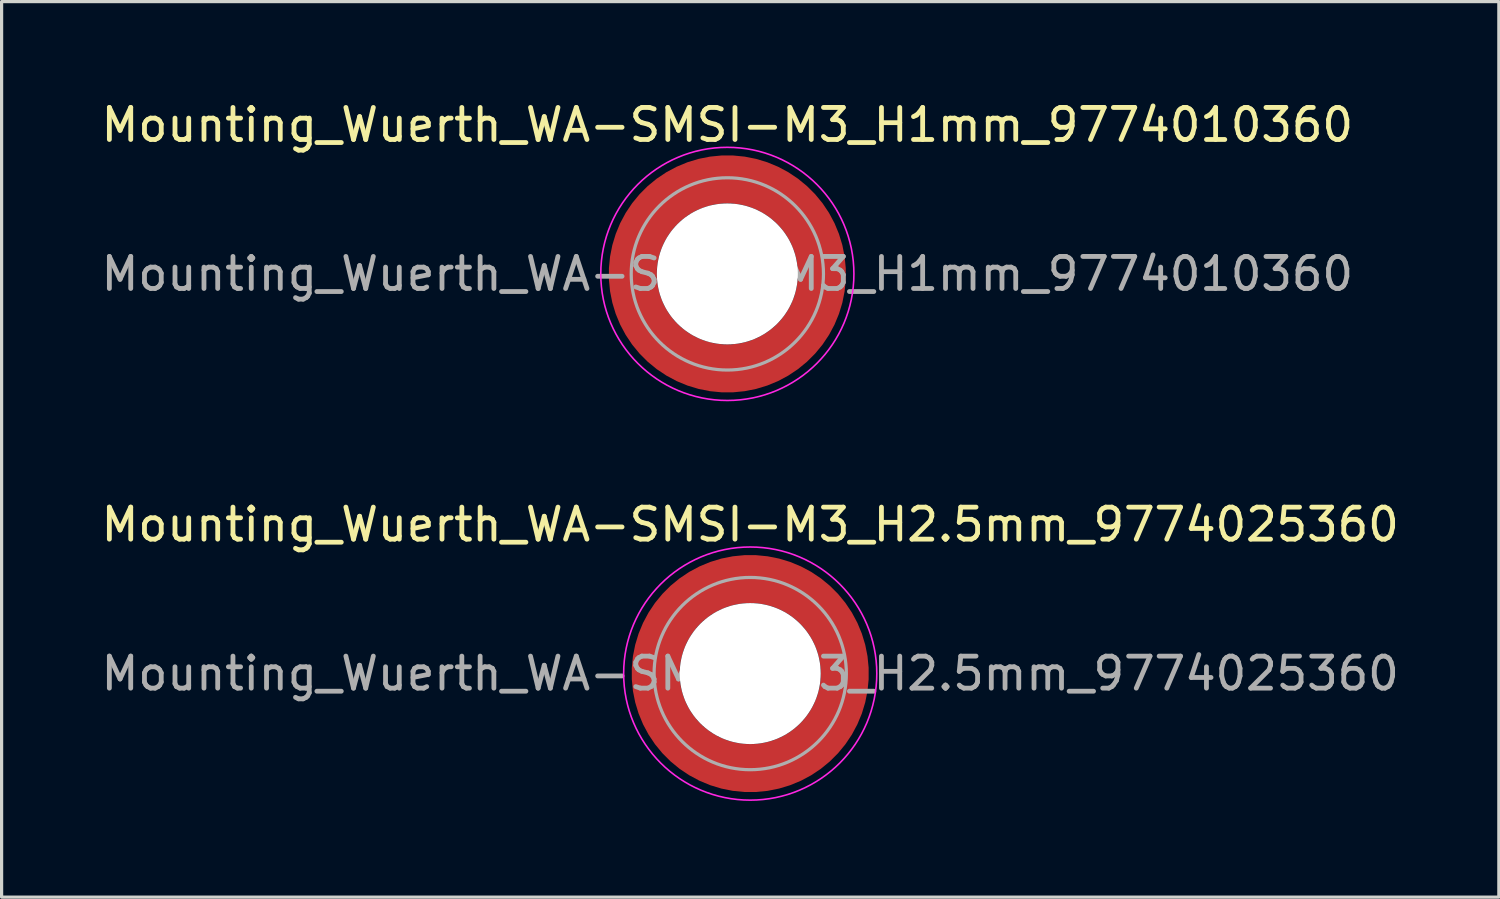
<source format=kicad_pcb>
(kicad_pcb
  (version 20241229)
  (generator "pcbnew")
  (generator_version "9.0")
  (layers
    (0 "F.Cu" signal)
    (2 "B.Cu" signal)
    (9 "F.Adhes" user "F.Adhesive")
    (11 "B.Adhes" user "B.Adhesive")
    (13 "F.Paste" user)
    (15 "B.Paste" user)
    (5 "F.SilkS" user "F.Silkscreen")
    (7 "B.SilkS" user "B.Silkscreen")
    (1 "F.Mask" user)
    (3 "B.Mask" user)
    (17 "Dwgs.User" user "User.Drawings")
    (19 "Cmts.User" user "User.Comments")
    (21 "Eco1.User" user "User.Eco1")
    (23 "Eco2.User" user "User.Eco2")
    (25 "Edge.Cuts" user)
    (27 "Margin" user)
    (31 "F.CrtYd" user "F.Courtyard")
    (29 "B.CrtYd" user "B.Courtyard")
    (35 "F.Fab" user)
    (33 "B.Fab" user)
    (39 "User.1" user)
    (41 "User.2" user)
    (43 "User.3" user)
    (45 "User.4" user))
  (footprint "Mounting_Wuerth_WA-SMSI-M3_H2.5mm_9774025360"
    (layer "F.Cu")
    (at 20.363 17.971)
    (property "Reference" "Mounting_Wuerth_WA-SMSI-M3_H2.5mm_9774025360" (at 0 -4.65 0) (layer "F.SilkS") (effects (font (size 1 1) (thickness 0.15))))
    (attr smd)
    (fp_circle (center 0 0) (end 3.95 0) (stroke (width 0.05) (type solid)) (fill no) (layer "F.CrtYd"))
    (fp_circle (center 0 0) (end 3 0) (stroke (width 0.1) (type solid)) (fill no) (layer "F.Fab"))
    (fp_text user "${REFERENCE}" (at 0 0 0) (layer "F.Fab") (effects (font (size 1 1) (thickness 0.15))))
    (pad "" smd custom (at -2.058 -2.058) (size 0.7 0.7) (layers "F.Paste") (options (anchor circle)) (primitives (gr_arc (start -0.377294 1.707681) (mid 0.317579 0.318817) (end 1.705947 -0.377044) (width 0.2)) (gr_arc (start -0.478281 1.707681) (mid 0.246161 0.248814) (end 1.703965 -0.477765) (width 0.2)) (gr_arc (start -0.579192 1.707681) (mid 0.175492 0.178063) (end 1.704077 -0.578711) (width 0.2)) (gr_arc (start -0.680037 1.707681) (mid 0.105568 0.106564) (end 1.706284 -0.679858) (width 0.2)) (gr_arc (start -0.780822 1.707681) (mid 0.034627 0.036085) (end 1.705634 -0.780569) (width 0.2)) (gr_arc (start -0.881554 1.707681) (mid -0.035694 -0.035016) (end 1.706729 -0.881441) (width 0.2)) (gr_arc (start -0.982237 1.707681) (mid -0.107281 -0.10485) (end 1.704266 -0.981842) (width 0.2)) (gr_arc (start -1.082877 1.707681) (mid -0.178372 -0.175181) (end 1.703197 -1.082374) (width 0.2)) (gr_arc (start -1.183476 1.707681) (mid -0.248964 -0.246008) (end 1.703525 -1.183025) (width 0.2)) (gr_arc (start -1.28404 1.707681) (mid -0.319062 -0.317333) (end 1.70525 -1.283784) (width 0.2)) (gr_line (start 1.708 -0.377) (end 1.708 -1.284) (width 0.2)) (gr_line (start -0.377 1.708) (end -1.284 1.708) (width 0.2))))
    (pad "" smd custom (at -2.058 2.058) (size 0.7 0.7) (layers "F.Paste") (options (anchor circle)) (primitives (gr_arc (start 1.707681 0.377294) (mid 0.318817 -0.317579) (end -0.377044 -1.705947) (width 0.2)) (gr_arc (start 1.707681 0.478281) (mid 0.248814 -0.246161) (end -0.477765 -1.703965) (width 0.2)) (gr_arc (start 1.707681 0.579192) (mid 0.178063 -0.175492) (end -0.578711 -1.704077) (width 0.2)) (gr_arc (start 1.707681 0.680037) (mid 0.106564 -0.105568) (end -0.679858 -1.706284) (width 0.2)) (gr_arc (start 1.707681 0.780822) (mid 0.036085 -0.034627) (end -0.780569 -1.705634) (width 0.2)) (gr_arc (start 1.707681 0.881554) (mid -0.035016 0.035694) (end -0.881441 -1.706729) (width 0.2)) (gr_arc (start 1.707681 0.982237) (mid -0.10485 0.107281) (end -0.981842 -1.704266) (width 0.2)) (gr_arc (start 1.707681 1.082877) (mid -0.175181 0.178372) (end -1.082374 -1.703197) (width 0.2)) (gr_arc (start 1.707681 1.183476) (mid -0.246008 0.248964) (end -1.183025 -1.703525) (width 0.2)) (gr_arc (start 1.707681 1.28404) (mid -0.317333 0.319062) (end -1.283784 -1.70525) (width 0.2)) (gr_line (start -0.377 -1.708) (end -1.284 -1.708) (width 0.2)) (gr_line (start 1.708 0.377) (end 1.708 1.284) (width 0.2))))
    (pad "" np_thru_hole circle (at 0 0) (size 4.4 4.4) (drill 4.4) (layers "*.Cu" "*.Mask"))
    (pad "" smd custom (at 2.058 -2.058) (size 0.7 0.7) (layers "F.Paste") (options (anchor circle)) (primitives (gr_arc (start -1.707681 -0.377294) (mid -0.318817 0.317579) (end 0.377044 1.705947) (width 0.2)) (gr_arc (start -1.707681 -0.478281) (mid -0.248814 0.246161) (end 0.477765 1.703965) (width 0.2)) (gr_arc (start -1.707681 -0.579192) (mid -0.178063 0.175492) (end 0.578711 1.704077) (width 0.2)) (gr_arc (start -1.707681 -0.680037) (mid -0.106564 0.105568) (end 0.679858 1.706284) (width 0.2)) (gr_arc (start -1.707681 -0.780822) (mid -0.036085 0.034627) (end 0.780569 1.705634) (width 0.2)) (gr_arc (start -1.707681 -0.881554) (mid 0.035016 -0.035694) (end 0.881441 1.706729) (width 0.2)) (gr_arc (start -1.707681 -0.982237) (mid 0.10485 -0.107281) (end 0.981842 1.704266) (width 0.2)) (gr_arc (start -1.707681 -1.082877) (mid 0.175181 -0.178372) (end 1.082374 1.703197) (width 0.2)) (gr_arc (start -1.707681 -1.183476) (mid 0.246008 -0.248964) (end 1.183025 1.703525) (width 0.2)) (gr_arc (start -1.707681 -1.28404) (mid 0.317333 -0.319062) (end 1.283784 1.70525) (width 0.2)) (gr_line (start 0.377 1.708) (end 1.284 1.708) (width 0.2)) (gr_line (start -1.708 -0.377) (end -1.708 -1.284) (width 0.2))))
    (pad "" smd custom (at 2.058 2.058) (size 0.7 0.7) (layers "F.Paste") (options (anchor circle)) (primitives (gr_arc (start 0.377294 -1.707681) (mid -0.317579 -0.318817) (end -1.705947 0.377044) (width 0.2)) (gr_arc (start 0.478281 -1.707681) (mid -0.246161 -0.248814) (end -1.703965 0.477765) (width 0.2)) (gr_arc (start 0.579192 -1.707681) (mid -0.175492 -0.178063) (end -1.704077 0.578711) (width 0.2)) (gr_arc (start 0.680037 -1.707681) (mid -0.105568 -0.106564) (end -1.706284 0.679858) (width 0.2)) (gr_arc (start 0.780822 -1.707681) (mid -0.034627 -0.036085) (end -1.705634 0.780569) (width 0.2)) (gr_arc (start 0.881554 -1.707681) (mid 0.035694 0.035016) (end -1.706729 0.881441) (width 0.2)) (gr_arc (start 0.982237 -1.707681) (mid 0.107281 0.10485) (end -1.704266 0.981842) (width 0.2)) (gr_arc (start 1.082877 -1.707681) (mid 0.178372 0.175181) (end -1.703197 1.082374) (width 0.2)) (gr_arc (start 1.183476 -1.707681) (mid 0.248964 0.246008) (end -1.703525 1.183025) (width 0.2)) (gr_arc (start 1.28404 -1.707681) (mid 0.319062 0.317333) (end -1.70525 1.283784) (width 0.2)) (gr_line (start -1.708 0.377) (end -1.708 1.284) (width 0.2)) (gr_line (start 0.377 -1.708) (end 1.284 -1.708) (width 0.2))))
    (pad "1" smd circle (at -2.95 0) (size 1.1 1.1) (layers "F.Cu"))
    (pad "1" smd circle (at 0 -2.95) (size 1.1 1.1) (layers "F.Cu"))
    (pad "1" smd circle (at 0 2.95) (size 1.1 1.1) (layers "F.Cu"))
    (pad "1" smd custom (at 2.95 0) (size 1.1 1.1) (layers "F.Cu" "F.Mask") (options (anchor circle)) (primitives (gr_circle (center -2.95 0) (end 0 0) (width 1.5) (fill no)))))
  (footprint "Mounting_Wuerth_WA-SMSI-M3_H1mm_9774010360"
    (layer "F.Cu")
    (at 19.649 5.498)
    (property "Reference" "Mounting_Wuerth_WA-SMSI-M3_H1mm_9774010360" (at 0 -4.65 0) (layer "F.SilkS") (effects (font (size 1 1) (thickness 0.15))))
    (attr smd)
    (fp_circle (center 0 0) (end 3.95 0) (stroke (width 0.05) (type solid)) (fill no) (layer "F.CrtYd"))
    (fp_circle (center 0 0) (end 3 0) (stroke (width 0.1) (type solid)) (fill no) (layer "F.Fab"))
    (fp_text user "${REFERENCE}" (at 0 0 0) (layer "F.Fab") (effects (font (size 1 1) (thickness 0.15))))
    (pad "" smd custom (at -2.058 -2.058) (size 0.7 0.7) (layers "F.Paste") (options (anchor circle)) (primitives (gr_arc (start -0.377294 1.707681) (mid 0.317579 0.318817) (end 1.705947 -0.377044) (width 0.2)) (gr_arc (start -0.478281 1.707681) (mid 0.246161 0.248814) (end 1.703965 -0.477765) (width 0.2)) (gr_arc (start -0.579192 1.707681) (mid 0.175492 0.178063) (end 1.704077 -0.578711) (width 0.2)) (gr_arc (start -0.680037 1.707681) (mid 0.105568 0.106564) (end 1.706284 -0.679858) (width 0.2)) (gr_arc (start -0.780822 1.707681) (mid 0.034627 0.036085) (end 1.705634 -0.780569) (width 0.2)) (gr_arc (start -0.881554 1.707681) (mid -0.035694 -0.035016) (end 1.706729 -0.881441) (width 0.2)) (gr_arc (start -0.982237 1.707681) (mid -0.107281 -0.10485) (end 1.704266 -0.981842) (width 0.2)) (gr_arc (start -1.082877 1.707681) (mid -0.178372 -0.175181) (end 1.703197 -1.082374) (width 0.2)) (gr_arc (start -1.183476 1.707681) (mid -0.248964 -0.246008) (end 1.703525 -1.183025) (width 0.2)) (gr_arc (start -1.28404 1.707681) (mid -0.319062 -0.317333) (end 1.70525 -1.283784) (width 0.2)) (gr_line (start 1.708 -0.377) (end 1.708 -1.284) (width 0.2)) (gr_line (start -0.377 1.708) (end -1.284 1.708) (width 0.2))))
    (pad "" smd custom (at -2.058 2.058) (size 0.7 0.7) (layers "F.Paste") (options (anchor circle)) (primitives (gr_arc (start 1.707681 0.377294) (mid 0.318817 -0.317579) (end -0.377044 -1.705947) (width 0.2)) (gr_arc (start 1.707681 0.478281) (mid 0.248814 -0.246161) (end -0.477765 -1.703965) (width 0.2)) (gr_arc (start 1.707681 0.579192) (mid 0.178063 -0.175492) (end -0.578711 -1.704077) (width 0.2)) (gr_arc (start 1.707681 0.680037) (mid 0.106564 -0.105568) (end -0.679858 -1.706284) (width 0.2)) (gr_arc (start 1.707681 0.780822) (mid 0.036085 -0.034627) (end -0.780569 -1.705634) (width 0.2)) (gr_arc (start 1.707681 0.881554) (mid -0.035016 0.035694) (end -0.881441 -1.706729) (width 0.2)) (gr_arc (start 1.707681 0.982237) (mid -0.10485 0.107281) (end -0.981842 -1.704266) (width 0.2)) (gr_arc (start 1.707681 1.082877) (mid -0.175181 0.178372) (end -1.082374 -1.703197) (width 0.2)) (gr_arc (start 1.707681 1.183476) (mid -0.246008 0.248964) (end -1.183025 -1.703525) (width 0.2)) (gr_arc (start 1.707681 1.28404) (mid -0.317333 0.319062) (end -1.283784 -1.70525) (width 0.2)) (gr_line (start -0.377 -1.708) (end -1.284 -1.708) (width 0.2)) (gr_line (start 1.708 0.377) (end 1.708 1.284) (width 0.2))))
    (pad "" np_thru_hole circle (at 0 0) (size 4.4 4.4) (drill 4.4) (layers "*.Cu" "*.Mask"))
    (pad "" smd custom (at 2.058 -2.058) (size 0.7 0.7) (layers "F.Paste") (options (anchor circle)) (primitives (gr_arc (start -1.707681 -0.377294) (mid -0.318817 0.317579) (end 0.377044 1.705947) (width 0.2)) (gr_arc (start -1.707681 -0.478281) (mid -0.248814 0.246161) (end 0.477765 1.703965) (width 0.2)) (gr_arc (start -1.707681 -0.579192) (mid -0.178063 0.175492) (end 0.578711 1.704077) (width 0.2)) (gr_arc (start -1.707681 -0.680037) (mid -0.106564 0.105568) (end 0.679858 1.706284) (width 0.2)) (gr_arc (start -1.707681 -0.780822) (mid -0.036085 0.034627) (end 0.780569 1.705634) (width 0.2)) (gr_arc (start -1.707681 -0.881554) (mid 0.035016 -0.035694) (end 0.881441 1.706729) (width 0.2)) (gr_arc (start -1.707681 -0.982237) (mid 0.10485 -0.107281) (end 0.981842 1.704266) (width 0.2)) (gr_arc (start -1.707681 -1.082877) (mid 0.175181 -0.178372) (end 1.082374 1.703197) (width 0.2)) (gr_arc (start -1.707681 -1.183476) (mid 0.246008 -0.248964) (end 1.183025 1.703525) (width 0.2)) (gr_arc (start -1.707681 -1.28404) (mid 0.317333 -0.319062) (end 1.283784 1.70525) (width 0.2)) (gr_line (start 0.377 1.708) (end 1.284 1.708) (width 0.2)) (gr_line (start -1.708 -0.377) (end -1.708 -1.284) (width 0.2))))
    (pad "" smd custom (at 2.058 2.058) (size 0.7 0.7) (layers "F.Paste") (options (anchor circle)) (primitives (gr_arc (start 0.377294 -1.707681) (mid -0.317579 -0.318817) (end -1.705947 0.377044) (width 0.2)) (gr_arc (start 0.478281 -1.707681) (mid -0.246161 -0.248814) (end -1.703965 0.477765) (width 0.2)) (gr_arc (start 0.579192 -1.707681) (mid -0.175492 -0.178063) (end -1.704077 0.578711) (width 0.2)) (gr_arc (start 0.680037 -1.707681) (mid -0.105568 -0.106564) (end -1.706284 0.679858) (width 0.2)) (gr_arc (start 0.780822 -1.707681) (mid -0.034627 -0.036085) (end -1.705634 0.780569) (width 0.2)) (gr_arc (start 0.881554 -1.707681) (mid 0.035694 0.035016) (end -1.706729 0.881441) (width 0.2)) (gr_arc (start 0.982237 -1.707681) (mid 0.107281 0.10485) (end -1.704266 0.981842) (width 0.2)) (gr_arc (start 1.082877 -1.707681) (mid 0.178372 0.175181) (end -1.703197 1.082374) (width 0.2)) (gr_arc (start 1.183476 -1.707681) (mid 0.248964 0.246008) (end -1.703525 1.183025) (width 0.2)) (gr_arc (start 1.28404 -1.707681) (mid 0.319062 0.317333) (end -1.70525 1.283784) (width 0.2)) (gr_line (start -1.708 0.377) (end -1.708 1.284) (width 0.2)) (gr_line (start 0.377 -1.708) (end 1.284 -1.708) (width 0.2))))
    (pad "1" smd circle (at -2.95 0) (size 1.1 1.1) (layers "F.Cu"))
    (pad "1" smd circle (at 0 -2.95) (size 1.1 1.1) (layers "F.Cu"))
    (pad "1" smd circle (at 0 2.95) (size 1.1 1.1) (layers "F.Cu"))
    (pad "1" smd custom (at 2.95 0) (size 1.1 1.1) (layers "F.Cu" "F.Mask") (options (anchor circle)) (primitives (gr_circle (center -2.95 0) (end 0 0) (width 1.5) (fill no)))))
  (gr_rect
    (start -3 -3)
    (end 43.726 24.947)
    (stroke (width 0.1) (type default))
    (fill no)
    (layer "Edge.Cuts")))
</source>
